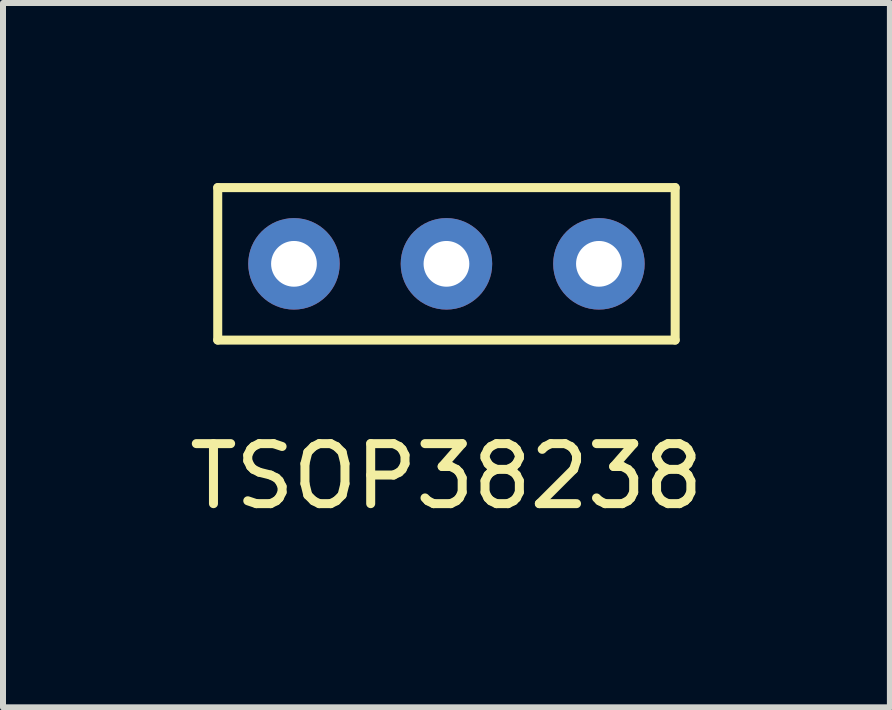
<source format=kicad_pcb>
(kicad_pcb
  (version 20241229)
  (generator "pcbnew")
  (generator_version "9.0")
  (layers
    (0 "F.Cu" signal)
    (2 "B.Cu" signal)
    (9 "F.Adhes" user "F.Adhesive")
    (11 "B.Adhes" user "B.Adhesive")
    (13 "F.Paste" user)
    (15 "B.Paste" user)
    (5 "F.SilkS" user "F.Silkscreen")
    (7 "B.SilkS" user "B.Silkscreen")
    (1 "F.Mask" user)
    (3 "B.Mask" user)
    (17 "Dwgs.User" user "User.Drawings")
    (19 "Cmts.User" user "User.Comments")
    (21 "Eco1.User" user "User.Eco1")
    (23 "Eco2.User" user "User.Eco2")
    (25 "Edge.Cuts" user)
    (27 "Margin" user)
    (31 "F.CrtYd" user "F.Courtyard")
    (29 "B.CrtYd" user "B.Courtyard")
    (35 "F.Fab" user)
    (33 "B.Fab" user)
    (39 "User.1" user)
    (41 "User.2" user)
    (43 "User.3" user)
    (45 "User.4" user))
  (footprint "TSOP38238"
    (layer "F.Cu")
    (at 4.387 3.885)
    (property "Reference" "TSOP38238" (at 0 1 0) (layer "F.SilkS") (effects (font (size 1 1) (thickness 0.15))))
    (attr through_hole)
    (fp_line (start -3.81 -3.81) (end -3.81 -1.27) (stroke (width 0.15) (type solid)) (layer "F.SilkS"))
    (fp_line (start -3.81 -1.27) (end 3.81 -1.27) (stroke (width 0.15) (type solid)) (layer "F.SilkS"))
    (fp_line (start 3.81 -3.81) (end -3.81 -3.81) (stroke (width 0.15) (type solid)) (layer "F.SilkS"))
    (fp_line (start 3.81 -1.27) (end 3.81 -3.81) (stroke (width 0.15) (type solid)) (layer "F.SilkS"))
    (pad "1" thru_hole circle (at 2.54 -2.54) (size 1.524 1.524) (drill 0.762) (layers "*.Cu" "*.Mask"))
    (pad "2" thru_hole circle (at 0 -2.54) (size 1.524 1.524) (drill 0.762) (layers "*.Cu" "*.Mask"))
    (pad "3" thru_hole circle (at -2.54 -2.54) (size 1.524 1.524) (drill 0.762) (layers "*.Cu" "*.Mask")))
  (gr_rect
    (start -3 -3)
    (end 11.774 8.733)
    (stroke (width 0.1) (type default))
    (fill no)
    (layer "Edge.Cuts")))
</source>
